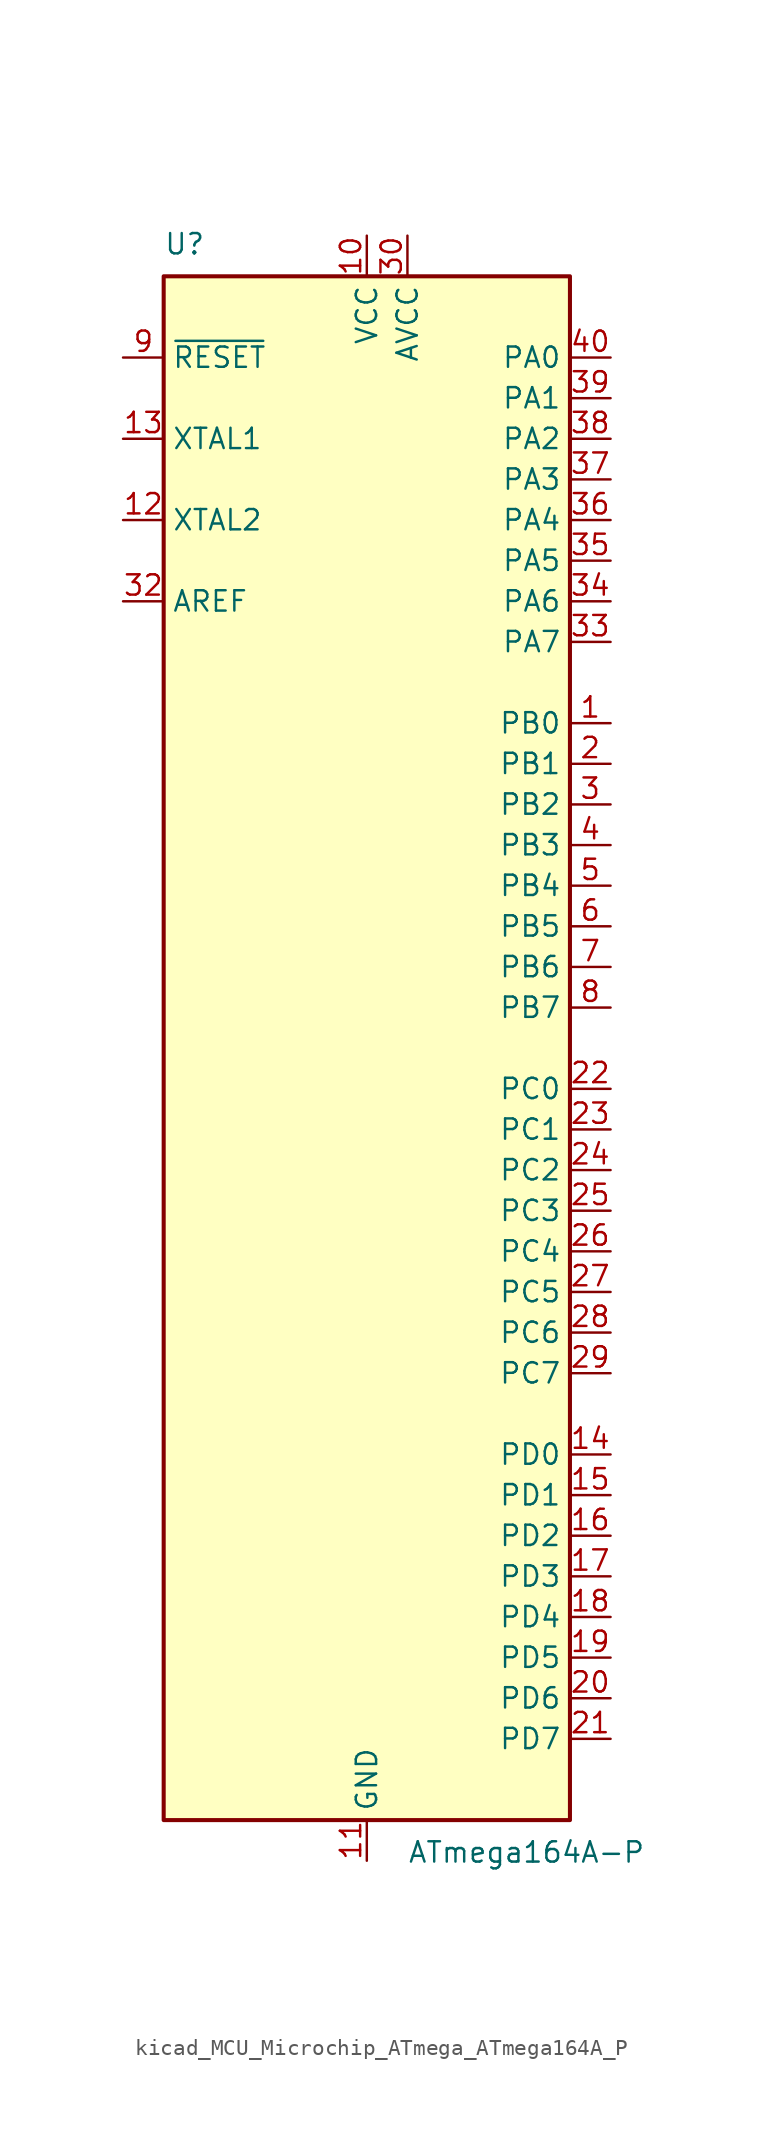
<source format=kicad_sym>
(kicad_symbol_lib
  (version 20220914)
  (generator kicad_symbol_editor)
  (symbol "kicad_MCU_Microchip_ATmega_ATmega164A_P"
    (property "Reference" "U"
      (at -12.7 49.53 0)
      (effects (font (size 1.27 1.27)) (justify left bottom)))
    (property "Value" "ATmega164A-P"
      (at 2.54 -49.53 0)
      (effects (font (size 1.27 1.27)) (justify left top)))
    (symbol "kicad_MCU_Microchip_ATmega_ATmega164A_P_0_1"
      (rectangle (start -12.7 -48.26) (end 12.7 48.26) (stroke (width 0.254) (type default)) (fill (type background))))
    (symbol "kicad_MCU_Microchip_ATmega_ATmega164A_P_1_1"
      (pin bidirectional line (at 15.24 20.32 180) (length 2.54) (name "PB0" (effects (font (size 1.27 1.27)))) (number "1" (effects (font (size 1.27 1.27)))))
      (pin power_in line (at 0 50.8 270) (length 2.54) (name "VCC" (effects (font (size 1.27 1.27)))) (number "10" (effects (font (size 1.27 1.27)))))
      (pin power_in line (at 0 -50.8 90) (length 2.54) (name "GND" (effects (font (size 1.27 1.27)))) (number "11" (effects (font (size 1.27 1.27)))))
      (pin output line (at -15.24 33.02 0) (length 2.54) (name "XTAL2" (effects (font (size 1.27 1.27)))) (number "12" (effects (font (size 1.27 1.27)))))
      (pin input line (at -15.24 38.1 0) (length 2.54) (name "XTAL1" (effects (font (size 1.27 1.27)))) (number "13" (effects (font (size 1.27 1.27)))))
      (pin bidirectional line (at 15.24 -25.4 180) (length 2.54) (name "PD0" (effects (font (size 1.27 1.27)))) (number "14" (effects (font (size 1.27 1.27)))))
      (pin bidirectional line (at 15.24 -27.94 180) (length 2.54) (name "PD1" (effects (font (size 1.27 1.27)))) (number "15" (effects (font (size 1.27 1.27)))))
      (pin bidirectional line (at 15.24 -30.48 180) (length 2.54) (name "PD2" (effects (font (size 1.27 1.27)))) (number "16" (effects (font (size 1.27 1.27)))))
      (pin bidirectional line (at 15.24 -33.02 180) (length 2.54) (name "PD3" (effects (font (size 1.27 1.27)))) (number "17" (effects (font (size 1.27 1.27)))))
      (pin bidirectional line (at 15.24 -35.56 180) (length 2.54) (name "PD4" (effects (font (size 1.27 1.27)))) (number "18" (effects (font (size 1.27 1.27)))))
      (pin bidirectional line (at 15.24 -38.1 180) (length 2.54) (name "PD5" (effects (font (size 1.27 1.27)))) (number "19" (effects (font (size 1.27 1.27)))))
      (pin bidirectional line (at 15.24 17.78 180) (length 2.54) (name "PB1" (effects (font (size 1.27 1.27)))) (number "2" (effects (font (size 1.27 1.27)))))
      (pin bidirectional line (at 15.24 -40.64 180) (length 2.54) (name "PD6" (effects (font (size 1.27 1.27)))) (number "20" (effects (font (size 1.27 1.27)))))
      (pin bidirectional line (at 15.24 -43.18 180) (length 2.54) (name "PD7" (effects (font (size 1.27 1.27)))) (number "21" (effects (font (size 1.27 1.27)))))
      (pin bidirectional line (at 15.24 -2.54 180) (length 2.54) (name "PC0" (effects (font (size 1.27 1.27)))) (number "22" (effects (font (size 1.27 1.27)))))
      (pin bidirectional line (at 15.24 -5.08 180) (length 2.54) (name "PC1" (effects (font (size 1.27 1.27)))) (number "23" (effects (font (size 1.27 1.27)))))
      (pin bidirectional line (at 15.24 -7.62 180) (length 2.54) (name "PC2" (effects (font (size 1.27 1.27)))) (number "24" (effects (font (size 1.27 1.27)))))
      (pin bidirectional line (at 15.24 -10.16 180) (length 2.54) (name "PC3" (effects (font (size 1.27 1.27)))) (number "25" (effects (font (size 1.27 1.27)))))
      (pin bidirectional line (at 15.24 -12.7 180) (length 2.54) (name "PC4" (effects (font (size 1.27 1.27)))) (number "26" (effects (font (size 1.27 1.27)))))
      (pin bidirectional line (at 15.24 -15.24 180) (length 2.54) (name "PC5" (effects (font (size 1.27 1.27)))) (number "27" (effects (font (size 1.27 1.27)))))
      (pin bidirectional line (at 15.24 -17.78 180) (length 2.54) (name "PC6" (effects (font (size 1.27 1.27)))) (number "28" (effects (font (size 1.27 1.27)))))
      (pin bidirectional line (at 15.24 -20.32 180) (length 2.54) (name "PC7" (effects (font (size 1.27 1.27)))) (number "29" (effects (font (size 1.27 1.27)))))
      (pin bidirectional line (at 15.24 15.24 180) (length 2.54) (name "PB2" (effects (font (size 1.27 1.27)))) (number "3" (effects (font (size 1.27 1.27)))))
      (pin power_in line (at 2.54 50.8 270) (length 2.54) (name "AVCC" (effects (font (size 1.27 1.27)))) (number "30" (effects (font (size 1.27 1.27)))))
      (pin passive line (at 0 -50.8 90) (length 2.54) hide (name "GND" (effects (font (size 1.27 1.27)))) (number "31" (effects (font (size 1.27 1.27)))))
      (pin passive line (at -15.24 27.94 0) (length 2.54) (name "AREF" (effects (font (size 1.27 1.27)))) (number "32" (effects (font (size 1.27 1.27)))))
      (pin bidirectional line (at 15.24 25.4 180) (length 2.54) (name "PA7" (effects (font (size 1.27 1.27)))) (number "33" (effects (font (size 1.27 1.27)))))
      (pin bidirectional line (at 15.24 27.94 180) (length 2.54) (name "PA6" (effects (font (size 1.27 1.27)))) (number "34" (effects (font (size 1.27 1.27)))))
      (pin bidirectional line (at 15.24 30.48 180) (length 2.54) (name "PA5" (effects (font (size 1.27 1.27)))) (number "35" (effects (font (size 1.27 1.27)))))
      (pin bidirectional line (at 15.24 33.02 180) (length 2.54) (name "PA4" (effects (font (size 1.27 1.27)))) (number "36" (effects (font (size 1.27 1.27)))))
      (pin bidirectional line (at 15.24 35.56 180) (length 2.54) (name "PA3" (effects (font (size 1.27 1.27)))) (number "37" (effects (font (size 1.27 1.27)))))
      (pin bidirectional line (at 15.24 38.1 180) (length 2.54) (name "PA2" (effects (font (size 1.27 1.27)))) (number "38" (effects (font (size 1.27 1.27)))))
      (pin bidirectional line (at 15.24 40.64 180) (length 2.54) (name "PA1" (effects (font (size 1.27 1.27)))) (number "39" (effects (font (size 1.27 1.27)))))
      (pin bidirectional line (at 15.24 12.7 180) (length 2.54) (name "PB3" (effects (font (size 1.27 1.27)))) (number "4" (effects (font (size 1.27 1.27)))))
      (pin bidirectional line (at 15.24 43.18 180) (length 2.54) (name "PA0" (effects (font (size 1.27 1.27)))) (number "40" (effects (font (size 1.27 1.27)))))
      (pin bidirectional line (at 15.24 10.16 180) (length 2.54) (name "PB4" (effects (font (size 1.27 1.27)))) (number "5" (effects (font (size 1.27 1.27)))))
      (pin bidirectional line (at 15.24 7.62 180) (length 2.54) (name "PB5" (effects (font (size 1.27 1.27)))) (number "6" (effects (font (size 1.27 1.27)))))
      (pin bidirectional line (at 15.24 5.08 180) (length 2.54) (name "PB6" (effects (font (size 1.27 1.27)))) (number "7" (effects (font (size 1.27 1.27)))))
      (pin bidirectional line (at 15.24 2.54 180) (length 2.54) (name "PB7" (effects (font (size 1.27 1.27)))) (number "8" (effects (font (size 1.27 1.27)))))
      (pin input line (at -15.24 43.18 0) (length 2.54) (name "~{RESET}" (effects (font (size 1.27 1.27)))) (number "9" (effects (font (size 1.27 1.27))))))))
</source>
